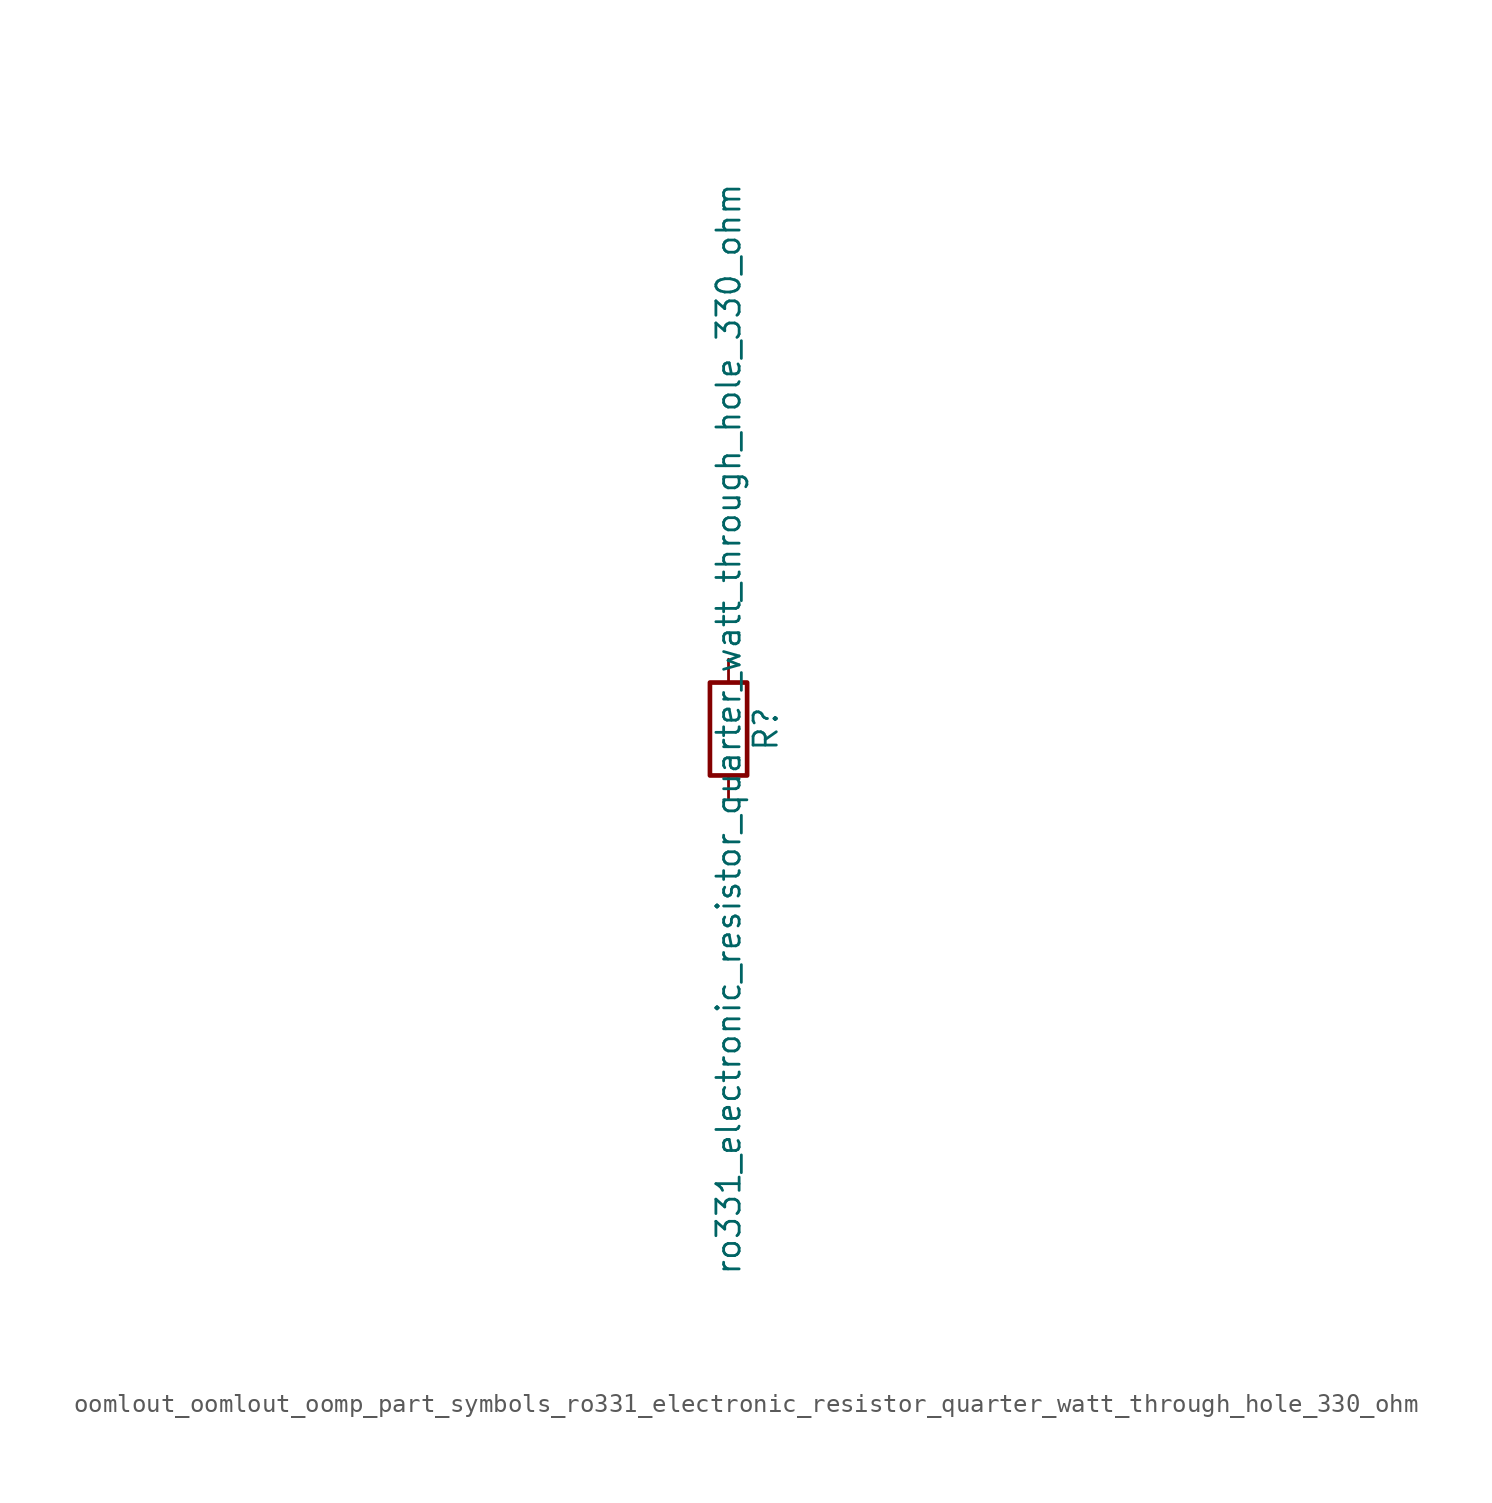
<source format=kicad_sym>
(kicad_symbol_lib
  (version 20220914)
  (generator kicad_symbol_editor)
  (symbol "oomlout_oomlout_oomp_part_symbols_ro331_electronic_resistor_quarter_watt_through_hole_330_ohm"
    (pin_numbers hide)
    (pin_names
      (offset 0))
    (property "Reference" "R"
      (at 2.032 0 90)
      (effects (font (size 1.27 1.27))))
    (property "Value" "ro331_electronic_resistor_quarter_watt_through_hole_330_ohm"
      (at 0 0 90)
      (effects (font (size 1.27 1.27))))
    (symbol "oomlout_oomlout_oomp_part_symbols_ro331_electronic_resistor_quarter_watt_through_hole_330_ohm_0_1"
      (rectangle (start -1.016 -2.54) (end 1.016 2.54) (stroke (width 0.254) (type default)) (fill (type none))))
    (symbol "oomlout_oomlout_oomp_part_symbols_ro331_electronic_resistor_quarter_watt_through_hole_330_ohm_1_1"
      (pin passive line (at 0 3.81 270) (length 1.27) (name "~" (effects (font (size 1.27 1.27)))) (number "1" (effects (font (size 1.27 1.27)))))
      (pin passive line (at 0 -3.81 90) (length 1.27) (name "~" (effects (font (size 1.27 1.27)))) (number "2" (effects (font (size 1.27 1.27))))))))
</source>
